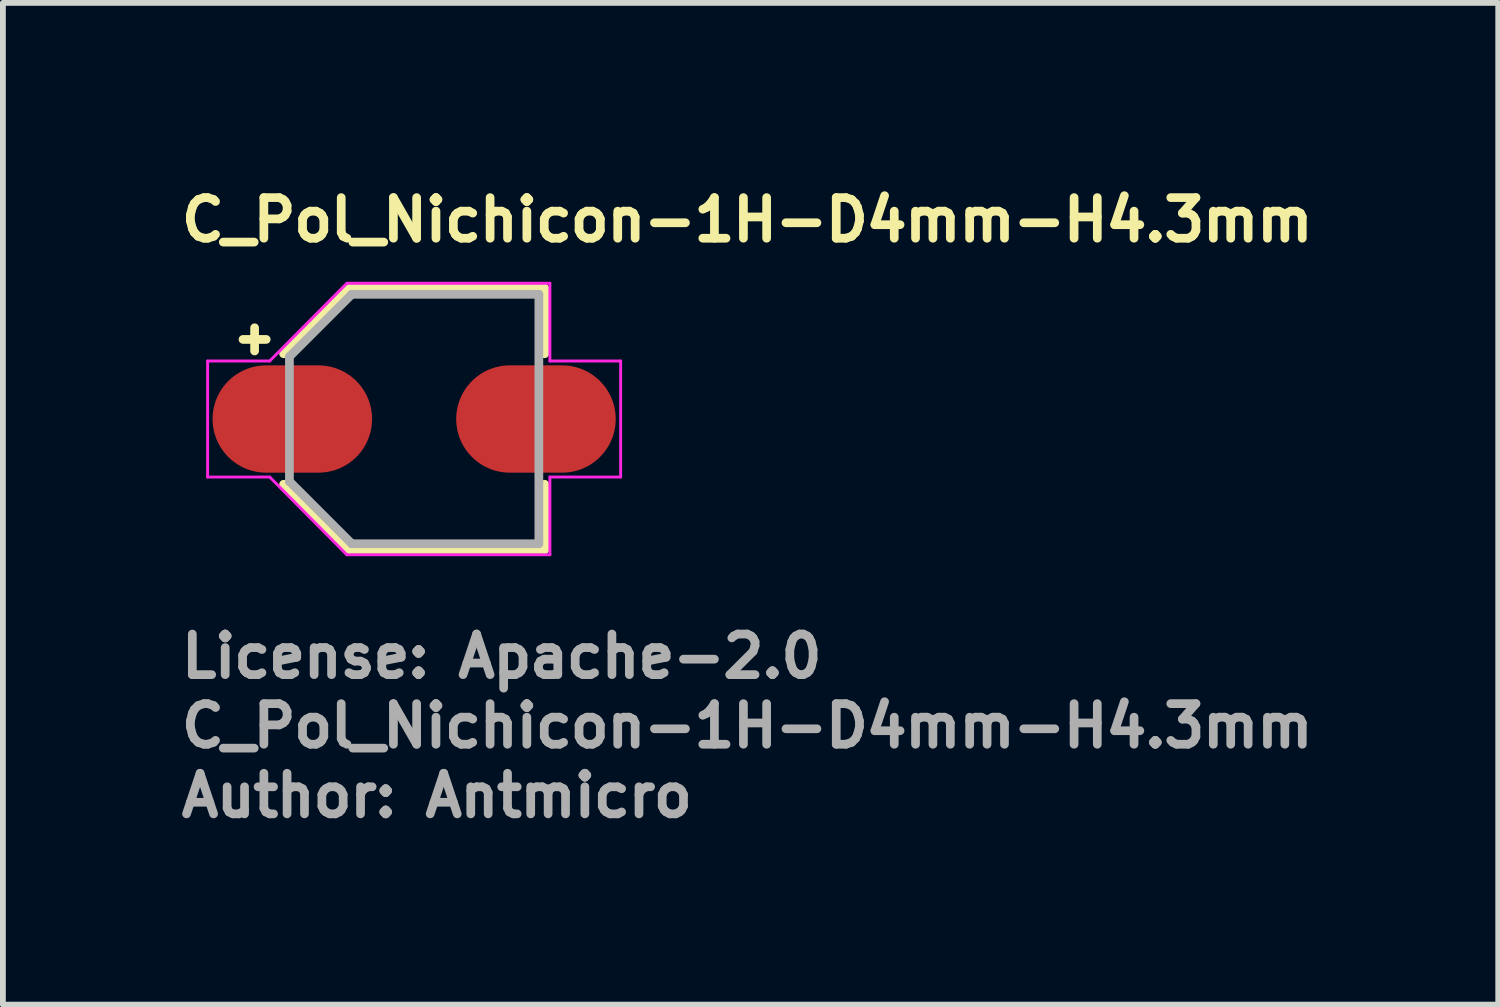
<source format=kicad_pcb>
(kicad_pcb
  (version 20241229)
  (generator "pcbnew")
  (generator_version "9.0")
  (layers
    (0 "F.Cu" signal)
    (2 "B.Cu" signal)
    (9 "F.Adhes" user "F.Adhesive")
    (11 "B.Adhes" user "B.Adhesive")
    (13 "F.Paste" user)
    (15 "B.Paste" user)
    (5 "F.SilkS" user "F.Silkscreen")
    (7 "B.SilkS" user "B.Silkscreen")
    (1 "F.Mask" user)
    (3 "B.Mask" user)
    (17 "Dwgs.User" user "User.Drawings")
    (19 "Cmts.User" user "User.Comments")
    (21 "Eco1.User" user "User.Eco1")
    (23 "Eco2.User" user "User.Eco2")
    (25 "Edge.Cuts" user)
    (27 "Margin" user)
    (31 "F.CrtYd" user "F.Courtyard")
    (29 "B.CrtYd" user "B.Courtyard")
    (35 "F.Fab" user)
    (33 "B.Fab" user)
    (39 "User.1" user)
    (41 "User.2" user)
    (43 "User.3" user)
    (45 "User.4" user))
  (footprint "C_Pol_Nichicon-1H-D4mm-H4.3mm"
    (layer "F.Cu")
    (at 4.089 4.173)
    (property "Reference" "C_Pol_Nichicon-1H-D4mm-H4.3mm" (at -4.089 -3.023 0) (layer "F.SilkS") (effects (font (size 0.7 0.7) (thickness 0.15)) (justify left bottom)))
    (attr smd)
    (fp_line (start -2.95 -1.372) (end -2.55 -1.372) (stroke (width 0.15) (type solid)) (layer "F.SilkS"))
    (fp_line (start -2.75 -1.573) (end -2.75 -1.173) (stroke (width 0.15) (type solid)) (layer "F.SilkS"))
    (fp_line (start -2.25 1.125) (end -1.125 2.25) (stroke (width 0.15) (type solid)) (layer "F.SilkS"))
    (fp_line (start -1.125 -2.25) (end -2.25 -1.125) (stroke (width 0.15) (type solid)) (layer "F.SilkS"))
    (fp_line (start -1.125 2.25) (end 2.25 2.25) (stroke (width 0.15) (type solid)) (layer "F.SilkS"))
    (fp_line (start 2.25 -2.25) (end -1.125 -2.25) (stroke (width 0.15) (type solid)) (layer "F.SilkS"))
    (fp_line (start 2.25 -1.125) (end 2.25 -2.25) (stroke (width 0.15) (type solid)) (layer "F.SilkS"))
    (fp_line (start 2.25 1.125) (end 2.25 2.25) (stroke (width 0.15) (type solid)) (layer "F.SilkS"))
    (fp_line (start -3.56 -1) (end -3.56 1) (stroke (width 0.05) (type solid)) (layer "F.CrtYd"))
    (fp_line (start -3.56 1) (end -2.49 1) (stroke (width 0.05) (type solid)) (layer "F.CrtYd"))
    (fp_line (start -2.49 -1) (end -3.56 -1) (stroke (width 0.05) (type solid)) (layer "F.CrtYd"))
    (fp_line (start -2.49 -1) (end -1.16 -2.34) (stroke (width 0.05) (type solid)) (layer "F.CrtYd"))
    (fp_line (start -2.49 1) (end -1.16 2.34) (stroke (width 0.05) (type solid)) (layer "F.CrtYd"))
    (fp_line (start 2.34 -2.34) (end -1.16 -2.34) (stroke (width 0.05) (type solid)) (layer "F.CrtYd"))
    (fp_line (start 2.34 -1) (end 2.34 -2.34) (stroke (width 0.05) (type solid)) (layer "F.CrtYd"))
    (fp_line (start 2.34 1) (end 3.56 1) (stroke (width 0.05) (type solid)) (layer "F.CrtYd"))
    (fp_line (start 2.34 2.34) (end -1.16 2.34) (stroke (width 0.05) (type solid)) (layer "F.CrtYd"))
    (fp_line (start 2.34 2.34) (end 2.34 1) (stroke (width 0.05) (type solid)) (layer "F.CrtYd"))
    (fp_line (start 3.56 -1) (end 2.34 -1) (stroke (width 0.05) (type solid)) (layer "F.CrtYd"))
    (fp_line (start 3.56 1) (end 3.56 -1) (stroke (width 0.05) (type solid)) (layer "F.CrtYd"))
    (fp_line (start -2.15 -1.075) (end -2.15 1.075) (stroke (width 0.15) (type solid)) (layer "F.Fab"))
    (fp_line (start -2.15 1.075) (end -1.075 2.15) (stroke (width 0.15) (type solid)) (layer "F.Fab"))
    (fp_line (start -1.075 -2.15) (end -2.15 -1.075) (stroke (width 0.15) (type solid)) (layer "F.Fab"))
    (fp_line (start -1.075 2.15) (end 2.15 2.15) (stroke (width 0.15) (type solid)) (layer "F.Fab"))
    (fp_line (start 2.15 -2.15) (end -1.075 -2.15) (stroke (width 0.15) (type solid)) (layer "F.Fab"))
    (fp_line (start 2.15 2.15) (end 2.15 -2.15) (stroke (width 0.15) (type solid)) (layer "F.Fab"))
    (fp_rect (start -2.75 -2.25) (end 2.75 2.25) (stroke (width 0.1) (type solid)) (fill no) (layer "User.5"))
    (fp_line (start -2.75 -0.4) (end -2.25 -0.4) (stroke (width 0.02) (type solid)) (layer "User.9"))
    (fp_line (start -2.75 0.4) (end -2.75 -0.4) (stroke (width 0.02) (type solid)) (layer "User.9"))
    (fp_line (start -2.75 0.4) (end -2.25 0.4) (stroke (width 0.02) (type solid)) (layer "User.9"))
    (fp_line (start -2.25 -1.125) (end -2.25 -0.586) (stroke (width 0.02) (type solid)) (layer "User.9"))
    (fp_line (start -2.25 -0.586) (end -2.25 0.586) (stroke (width 0.02) (type solid)) (layer "User.9"))
    (fp_line (start -2.25 0.586) (end -2.25 1.125) (stroke (width 0.02) (type solid)) (layer "User.9"))
    (fp_line (start -2.25 0.586) (end -2.205 0.736) (stroke (width 0.02) (type solid)) (layer "User.9"))
    (fp_line (start -2.25 1.125) (end -1.125 2.25) (stroke (width 0.02) (type solid)) (layer "User.9"))
    (fp_line (start -2.205 -0.736) (end -2.25 -0.586) (stroke (width 0.02) (type solid)) (layer "User.9"))
    (fp_line (start -2.205 0.736) (end -2.151 0.883) (stroke (width 0.02) (type solid)) (layer "User.9"))
    (fp_line (start -2.151 -0.883) (end -2.205 -0.736) (stroke (width 0.02) (type solid)) (layer "User.9"))
    (fp_line (start -2.151 0.883) (end -2.087 1.024) (stroke (width 0.02) (type solid)) (layer "User.9"))
    (fp_line (start -2.1 0) (end -2.1 0) (stroke (width 0.02) (type solid)) (layer "User.9"))
    (fp_line (start -2.1 0) (end -2.097 0.108) (stroke (width 0.02) (type solid)) (layer "User.9"))
    (fp_line (start -2.097 -0.108) (end -2.1 0) (stroke (width 0.02) (type solid)) (layer "User.9"))
    (fp_line (start -2.097 0.108) (end -2.089 0.215) (stroke (width 0.02) (type solid)) (layer "User.9"))
    (fp_line (start -2.089 -0.215) (end -2.097 -0.108) (stroke (width 0.02) (type solid)) (layer "User.9"))
    (fp_line (start -2.089 0.215) (end -2.076 0.32) (stroke (width 0.02) (type solid)) (layer "User.9"))
    (fp_line (start -2.087 -1.024) (end -2.151 -0.883) (stroke (width 0.02) (type solid)) (layer "User.9"))
    (fp_line (start -2.087 1.024) (end -2.015 1.16) (stroke (width 0.02) (type solid)) (layer "User.9"))
    (fp_line (start -2.076 -0.32) (end -2.089 -0.215) (stroke (width 0.02) (type solid)) (layer "User.9"))
    (fp_line (start -2.076 0.32) (end -2.057 0.423) (stroke (width 0.02) (type solid)) (layer "User.9"))
    (fp_line (start -2.057 -0.423) (end -2.076 -0.32) (stroke (width 0.02) (type solid)) (layer "User.9"))
    (fp_line (start -2.057 0.423) (end -2.034 0.525) (stroke (width 0.02) (type solid)) (layer "User.9"))
    (fp_line (start -2.034 -0.525) (end -2.057 -0.423) (stroke (width 0.02) (type solid)) (layer "User.9"))
    (fp_line (start -2.034 0.525) (end -2.006 0.624) (stroke (width 0.02) (type solid)) (layer "User.9"))
    (fp_line (start -2.015 -1.16) (end -2.087 -1.024) (stroke (width 0.02) (type solid)) (layer "User.9"))
    (fp_line (start -2.015 1.16) (end -1.934 1.29) (stroke (width 0.02) (type solid)) (layer "User.9"))
    (fp_line (start -2.006 -0.624) (end -2.034 -0.525) (stroke (width 0.02) (type solid)) (layer "User.9"))
    (fp_line (start -2.006 0.624) (end -1.973 0.722) (stroke (width 0.02) (type solid)) (layer "User.9"))
    (fp_line (start -1.973 -0.722) (end -2.006 -0.624) (stroke (width 0.02) (type solid)) (layer "User.9"))
    (fp_line (start -1.973 0.722) (end -1.935 0.817) (stroke (width 0.02) (type solid)) (layer "User.9"))
    (fp_line (start -1.935 -0.817) (end -1.973 -0.722) (stroke (width 0.02) (type solid)) (layer "User.9"))
    (fp_line (start -1.935 0.817) (end -1.893 0.91) (stroke (width 0.02) (type solid)) (layer "User.9"))
    (fp_line (start -1.934 -1.29) (end -2.015 -1.16) (stroke (width 0.02) (type solid)) (layer "User.9"))
    (fp_line (start -1.934 1.29) (end -1.845 1.415) (stroke (width 0.02) (type solid)) (layer "User.9"))
    (fp_line (start -1.893 -0.91) (end -1.935 -0.817) (stroke (width 0.02) (type solid)) (layer "User.9"))
    (fp_line (start -1.893 0.91) (end -1.847 1.001) (stroke (width 0.02) (type solid)) (layer "User.9"))
    (fp_line (start -1.847 -1.001) (end -1.893 -0.91) (stroke (width 0.02) (type solid)) (layer "User.9"))
    (fp_line (start -1.847 1.001) (end -1.796 1.089) (stroke (width 0.02) (type solid)) (layer "User.9"))
    (fp_line (start -1.845 -1.415) (end -1.934 -1.29) (stroke (width 0.02) (type solid)) (layer "User.9"))
    (fp_line (start -1.845 1.415) (end -1.748 1.533) (stroke (width 0.02) (type solid)) (layer "User.9"))
    (fp_line (start -1.796 -1.089) (end -1.847 -1.001) (stroke (width 0.02) (type solid)) (layer "User.9"))
    (fp_line (start -1.796 1.089) (end -1.741 1.174) (stroke (width 0.02) (type solid)) (layer "User.9"))
    (fp_line (start -1.748 -1.533) (end -1.845 -1.415) (stroke (width 0.02) (type solid)) (layer "User.9"))
    (fp_line (start -1.748 1.533) (end -1.644 1.644) (stroke (width 0.02) (type solid)) (layer "User.9"))
    (fp_line (start -1.741 -1.174) (end -1.796 -1.089) (stroke (width 0.02) (type solid)) (layer "User.9"))
    (fp_line (start -1.741 1.174) (end -1.683 1.256) (stroke (width 0.02) (type solid)) (layer "User.9"))
    (fp_line (start -1.683 -1.256) (end -1.741 -1.174) (stroke (width 0.02) (type solid)) (layer "User.9"))
    (fp_line (start -1.683 1.256) (end -1.62 1.336) (stroke (width 0.02) (type solid)) (layer "User.9"))
    (fp_line (start -1.644 -1.644) (end -1.748 -1.533) (stroke (width 0.02) (type solid)) (layer "User.9"))
    (fp_line (start -1.644 1.644) (end -1.533 1.748) (stroke (width 0.02) (type solid)) (layer "User.9"))
    (fp_line (start -1.62 -1.336) (end -1.683 -1.256) (stroke (width 0.02) (type solid)) (layer "User.9"))
    (fp_line (start -1.62 1.336) (end -1.554 1.412) (stroke (width 0.02) (type solid)) (layer "User.9"))
    (fp_line (start -1.554 -1.412) (end -1.62 -1.336) (stroke (width 0.02) (type solid)) (layer "User.9"))
    (fp_line (start -1.554 1.412) (end -1.485 1.485) (stroke (width 0.02) (type solid)) (layer "User.9"))
    (fp_line (start -1.533 -1.748) (end -1.644 -1.644) (stroke (width 0.02) (type solid)) (layer "User.9"))
    (fp_line (start -1.533 1.748) (end -1.415 1.845) (stroke (width 0.02) (type solid)) (layer "User.9"))
    (fp_line (start -1.485 -1.485) (end -1.554 -1.412) (stroke (width 0.02) (type solid)) (layer "User.9"))
    (fp_line (start -1.485 1.485) (end -1.412 1.554) (stroke (width 0.02) (type solid)) (layer "User.9"))
    (fp_line (start -1.415 -1.845) (end -1.533 -1.748) (stroke (width 0.02) (type solid)) (layer "User.9"))
    (fp_line (start -1.415 1.845) (end -1.29 1.934) (stroke (width 0.02) (type solid)) (layer "User.9"))
    (fp_line (start -1.412 -1.554) (end -1.485 -1.485) (stroke (width 0.02) (type solid)) (layer "User.9"))
    (fp_line (start -1.412 1.554) (end -1.336 1.62) (stroke (width 0.02) (type solid)) (layer "User.9"))
    (fp_line (start -1.336 -1.62) (end -1.412 -1.554) (stroke (width 0.02) (type solid)) (layer "User.9"))
    (fp_line (start -1.336 1.62) (end -1.256 1.683) (stroke (width 0.02) (type solid)) (layer "User.9"))
    (fp_line (start -1.29 -1.934) (end -1.415 -1.845) (stroke (width 0.02) (type solid)) (layer "User.9"))
    (fp_line (start -1.29 1.934) (end -1.16 2.015) (stroke (width 0.02) (type solid)) (layer "User.9"))
    (fp_line (start -1.256 -1.683) (end -1.336 -1.62) (stroke (width 0.02) (type solid)) (layer "User.9"))
    (fp_line (start -1.256 1.683) (end -1.174 1.741) (stroke (width 0.02) (type solid)) (layer "User.9"))
    (fp_line (start -1.174 -1.741) (end -1.256 -1.683) (stroke (width 0.02) (type solid)) (layer "User.9"))
    (fp_line (start -1.174 1.741) (end -1.089 1.796) (stroke (width 0.02) (type solid)) (layer "User.9"))
    (fp_line (start -1.16 -2.015) (end -1.29 -1.934) (stroke (width 0.02) (type solid)) (layer "User.9"))
    (fp_line (start -1.16 2.015) (end -1.024 2.087) (stroke (width 0.02) (type solid)) (layer "User.9"))
    (fp_line (start -1.125 -2.25) (end -2.25 -1.125) (stroke (width 0.02) (type solid)) (layer "User.9"))
    (fp_line (start -1.125 2.25) (end -0.586 2.25) (stroke (width 0.02) (type solid)) (layer "User.9"))
    (fp_line (start -1.089 -1.796) (end -1.174 -1.741) (stroke (width 0.02) (type solid)) (layer "User.9"))
    (fp_line (start -1.089 1.796) (end -1.001 1.847) (stroke (width 0.02) (type solid)) (layer "User.9"))
    (fp_line (start -1.024 -2.087) (end -1.16 -2.015) (stroke (width 0.02) (type solid)) (layer "User.9"))
    (fp_line (start -1.024 2.087) (end -0.883 2.151) (stroke (width 0.02) (type solid)) (layer "User.9"))
    (fp_line (start -1.001 -1.847) (end -1.089 -1.796) (stroke (width 0.02) (type solid)) (layer "User.9"))
    (fp_line (start -1.001 1.847) (end -0.91 1.893) (stroke (width 0.02) (type solid)) (layer "User.9"))
    (fp_line (start -0.91 -1.893) (end -1.001 -1.847) (stroke (width 0.02) (type solid)) (layer "User.9"))
    (fp_line (start -0.91 1.893) (end -0.817 1.935) (stroke (width 0.02) (type solid)) (layer "User.9"))
    (fp_line (start -0.883 -2.151) (end -1.024 -2.087) (stroke (width 0.02) (type solid)) (layer "User.9"))
    (fp_line (start -0.883 2.151) (end -0.736 2.205) (stroke (width 0.02) (type solid)) (layer "User.9"))
    (fp_line (start -0.817 -1.935) (end -0.91 -1.893) (stroke (width 0.02) (type solid)) (layer "User.9"))
    (fp_line (start -0.817 1.935) (end -0.722 1.973) (stroke (width 0.02) (type solid)) (layer "User.9"))
    (fp_line (start -0.736 -2.205) (end -0.883 -2.151) (stroke (width 0.02) (type solid)) (layer "User.9"))
    (fp_line (start -0.736 2.205) (end -0.586 2.25) (stroke (width 0.02) (type solid)) (layer "User.9"))
    (fp_line (start -0.722 -1.973) (end -0.817 -1.935) (stroke (width 0.02) (type solid)) (layer "User.9"))
    (fp_line (start -0.722 1.973) (end -0.624 2.006) (stroke (width 0.02) (type solid)) (layer "User.9"))
    (fp_line (start -0.624 -2.006) (end -0.722 -1.973) (stroke (width 0.02) (type solid)) (layer "User.9"))
    (fp_line (start -0.624 2.006) (end -0.525 2.034) (stroke (width 0.02) (type solid)) (layer "User.9"))
    (fp_line (start -0.586 -2.25) (end -1.125 -2.25) (stroke (width 0.02) (type solid)) (layer "User.9"))
    (fp_line (start -0.586 -2.25) (end -0.736 -2.205) (stroke (width 0.02) (type solid)) (layer "User.9"))
    (fp_line (start -0.586 2.25) (end 0.586 2.25) (stroke (width 0.02) (type solid)) (layer "User.9"))
    (fp_line (start -0.525 -2.034) (end -0.624 -2.006) (stroke (width 0.02) (type solid)) (layer "User.9"))
    (fp_line (start -0.525 2.034) (end -0.423 2.057) (stroke (width 0.02) (type solid)) (layer "User.9"))
    (fp_line (start -0.423 -2.057) (end -0.525 -2.034) (stroke (width 0.02) (type solid)) (layer "User.9"))
    (fp_line (start -0.423 2.057) (end -0.32 2.076) (stroke (width 0.02) (type solid)) (layer "User.9"))
    (fp_line (start -0.32 -2.076) (end -0.423 -2.057) (stroke (width 0.02) (type solid)) (layer "User.9"))
    (fp_line (start -0.32 2.076) (end -0.215 2.089) (stroke (width 0.02) (type solid)) (layer "User.9"))
    (fp_line (start -0.215 -2.089) (end -0.32 -2.076) (stroke (width 0.02) (type solid)) (layer "User.9"))
    (fp_line (start -0.215 2.089) (end -0.108 2.097) (stroke (width 0.02) (type solid)) (layer "User.9"))
    (fp_line (start -0.108 -2.097) (end -0.215 -2.089) (stroke (width 0.02) (type solid)) (layer "User.9"))
    (fp_line (start -0.108 2.097) (end 0 2.1) (stroke (width 0.02) (type solid)) (layer "User.9"))
    (fp_line (start 0 -2.1) (end -0.108 -2.097) (stroke (width 0.02) (type solid)) (layer "User.9"))
    (fp_line (start 0 -2.1) (end 0 -2.1) (stroke (width 0.02) (type solid)) (layer "User.9"))
    (fp_line (start 0 2.1) (end 0 2.1) (stroke (width 0.02) (type solid)) (layer "User.9"))
    (fp_line (start 0 2.1) (end 0.108 2.097) (stroke (width 0.02) (type solid)) (layer "User.9"))
    (fp_line (start 0.108 -2.097) (end 0 -2.1) (stroke (width 0.02) (type solid)) (layer "User.9"))
    (fp_line (start 0.108 2.097) (end 0.215 2.089) (stroke (width 0.02) (type solid)) (layer "User.9"))
    (fp_line (start 0.215 -2.089) (end 0.108 -2.097) (stroke (width 0.02) (type solid)) (layer "User.9"))
    (fp_line (start 0.215 2.089) (end 0.32 2.076) (stroke (width 0.02) (type solid)) (layer "User.9"))
    (fp_line (start 0.32 -2.076) (end 0.215 -2.089) (stroke (width 0.02) (type solid)) (layer "User.9"))
    (fp_line (start 0.32 2.076) (end 0.423 2.057) (stroke (width 0.02) (type solid)) (layer "User.9"))
    (fp_line (start 0.423 -2.057) (end 0.32 -2.076) (stroke (width 0.02) (type solid)) (layer "User.9"))
    (fp_line (start 0.423 2.057) (end 0.525 2.034) (stroke (width 0.02) (type solid)) (layer "User.9"))
    (fp_line (start 0.525 -2.034) (end 0.423 -2.057) (stroke (width 0.02) (type solid)) (layer "User.9"))
    (fp_line (start 0.525 2.034) (end 0.624 2.006) (stroke (width 0.02) (type solid)) (layer "User.9"))
    (fp_line (start 0.586 -2.25) (end -0.586 -2.25) (stroke (width 0.02) (type solid)) (layer "User.9"))
    (fp_line (start 0.586 2.25) (end 0.736 2.205) (stroke (width 0.02) (type solid)) (layer "User.9"))
    (fp_line (start 0.586 2.25) (end 2.25 2.25) (stroke (width 0.02) (type solid)) (layer "User.9"))
    (fp_line (start 0.624 -2.006) (end 0.525 -2.034) (stroke (width 0.02) (type solid)) (layer "User.9"))
    (fp_line (start 0.624 2.006) (end 0.722 1.973) (stroke (width 0.02) (type solid)) (layer "User.9"))
    (fp_line (start 0.722 -1.973) (end 0.624 -2.006) (stroke (width 0.02) (type solid)) (layer "User.9"))
    (fp_line (start 0.722 1.973) (end 0.817 1.935) (stroke (width 0.02) (type solid)) (layer "User.9"))
    (fp_line (start 0.736 -2.205) (end 0.586 -2.25) (stroke (width 0.02) (type solid)) (layer "User.9"))
    (fp_line (start 0.736 2.205) (end 0.883 2.151) (stroke (width 0.02) (type solid)) (layer "User.9"))
    (fp_line (start 0.817 -1.935) (end 0.722 -1.973) (stroke (width 0.02) (type solid)) (layer "User.9"))
    (fp_line (start 0.817 1.935) (end 0.91 1.893) (stroke (width 0.02) (type solid)) (layer "User.9"))
    (fp_line (start 0.883 -2.151) (end 0.736 -2.205) (stroke (width 0.02) (type solid)) (layer "User.9"))
    (fp_line (start 0.883 2.151) (end 1.024 2.087) (stroke (width 0.02) (type solid)) (layer "User.9"))
    (fp_line (start 0.91 -1.893) (end 0.817 -1.935) (stroke (width 0.02) (type solid)) (layer "User.9"))
    (fp_line (start 0.91 1.893) (end 1.001 1.847) (stroke (width 0.02) (type solid)) (layer "User.9"))
    (fp_line (start 1.001 -1.847) (end 0.91 -1.893) (stroke (width 0.02) (type solid)) (layer "User.9"))
    (fp_line (start 1.001 1.847) (end 1.089 1.796) (stroke (width 0.02) (type solid)) (layer "User.9"))
    (fp_line (start 1.024 -2.087) (end 0.883 -2.151) (stroke (width 0.02) (type solid)) (layer "User.9"))
    (fp_line (start 1.024 2.087) (end 1.16 2.015) (stroke (width 0.02) (type solid)) (layer "User.9"))
    (fp_line (start 1.089 -1.796) (end 1.001 -1.847) (stroke (width 0.02) (type solid)) (layer "User.9"))
    (fp_line (start 1.089 1.796) (end 1.174 1.741) (stroke (width 0.02) (type solid)) (layer "User.9"))
    (fp_line (start 1.16 -2.015) (end 1.024 -2.087) (stroke (width 0.02) (type solid)) (layer "User.9"))
    (fp_line (start 1.16 2.015) (end 1.29 1.934) (stroke (width 0.02) (type solid)) (layer "User.9"))
    (fp_line (start 1.174 -1.741) (end 1.089 -1.796) (stroke (width 0.02) (type solid)) (layer "User.9"))
    (fp_line (start 1.174 1.741) (end 1.256 1.683) (stroke (width 0.02) (type solid)) (layer "User.9"))
    (fp_line (start 1.256 -1.683) (end 1.174 -1.741) (stroke (width 0.02) (type solid)) (layer "User.9"))
    (fp_line (start 1.256 1.683) (end 1.336 1.62) (stroke (width 0.02) (type solid)) (layer "User.9"))
    (fp_line (start 1.29 -1.934) (end 1.16 -2.015) (stroke (width 0.02) (type solid)) (layer "User.9"))
    (fp_line (start 1.29 1.934) (end 1.415 1.845) (stroke (width 0.02) (type solid)) (layer "User.9"))
    (fp_line (start 1.336 -1.62) (end 1.256 -1.683) (stroke (width 0.02) (type solid)) (layer "User.9"))
    (fp_line (start 1.336 1.62) (end 1.412 1.554) (stroke (width 0.02) (type solid)) (layer "User.9"))
    (fp_line (start 1.412 -1.554) (end 1.336 -1.62) (stroke (width 0.02) (type solid)) (layer "User.9"))
    (fp_line (start 1.412 1.554) (end 1.485 1.485) (stroke (width 0.02) (type solid)) (layer "User.9"))
    (fp_line (start 1.415 -1.845) (end 1.29 -1.934) (stroke (width 0.02) (type solid)) (layer "User.9"))
    (fp_line (start 1.415 1.845) (end 1.533 1.748) (stroke (width 0.02) (type solid)) (layer "User.9"))
    (fp_line (start 1.485 -1.485) (end 1.412 -1.554) (stroke (width 0.02) (type solid)) (layer "User.9"))
    (fp_line (start 1.485 1.485) (end 1.554 1.412) (stroke (width 0.02) (type solid)) (layer "User.9"))
    (fp_line (start 1.533 -1.748) (end 1.415 -1.845) (stroke (width 0.02) (type solid)) (layer "User.9"))
    (fp_line (start 1.533 1.748) (end 1.644 1.644) (stroke (width 0.02) (type solid)) (layer "User.9"))
    (fp_line (start 1.554 -1.412) (end 1.485 -1.485) (stroke (width 0.02) (type solid)) (layer "User.9"))
    (fp_line (start 1.554 1.412) (end 1.62 1.336) (stroke (width 0.02) (type solid)) (layer "User.9"))
    (fp_line (start 1.62 -1.336) (end 1.554 -1.412) (stroke (width 0.02) (type solid)) (layer "User.9"))
    (fp_line (start 1.62 1.336) (end 1.683 1.256) (stroke (width 0.02) (type solid)) (layer "User.9"))
    (fp_line (start 1.644 -1.644) (end 1.533 -1.748) (stroke (width 0.02) (type solid)) (layer "User.9"))
    (fp_line (start 1.644 1.644) (end 1.748 1.533) (stroke (width 0.02) (type solid)) (layer "User.9"))
    (fp_line (start 1.683 -1.256) (end 1.62 -1.336) (stroke (width 0.02) (type solid)) (layer "User.9"))
    (fp_line (start 1.683 1.256) (end 1.741 1.174) (stroke (width 0.02) (type solid)) (layer "User.9"))
    (fp_line (start 1.741 -1.174) (end 1.683 -1.256) (stroke (width 0.02) (type solid)) (layer "User.9"))
    (fp_line (start 1.741 1.174) (end 1.796 1.089) (stroke (width 0.02) (type solid)) (layer "User.9"))
    (fp_line (start 1.748 -1.533) (end 1.644 -1.644) (stroke (width 0.02) (type solid)) (layer "User.9"))
    (fp_line (start 1.748 1.533) (end 1.845 1.415) (stroke (width 0.02) (type solid)) (layer "User.9"))
    (fp_line (start 1.796 -1.089) (end 1.741 -1.174) (stroke (width 0.02) (type solid)) (layer "User.9"))
    (fp_line (start 1.796 1.089) (end 1.847 1.001) (stroke (width 0.02) (type solid)) (layer "User.9"))
    (fp_line (start 1.845 -1.415) (end 1.748 -1.533) (stroke (width 0.02) (type solid)) (layer "User.9"))
    (fp_line (start 1.845 1.415) (end 1.934 1.29) (stroke (width 0.02) (type solid)) (layer "User.9"))
    (fp_line (start 1.847 -1.001) (end 1.796 -1.089) (stroke (width 0.02) (type solid)) (layer "User.9"))
    (fp_line (start 1.847 1.001) (end 1.893 0.91) (stroke (width 0.02) (type solid)) (layer "User.9"))
    (fp_line (start 1.893 -0.91) (end 1.847 -1.001) (stroke (width 0.02) (type solid)) (layer "User.9"))
    (fp_line (start 1.893 0.91) (end 1.935 0.817) (stroke (width 0.02) (type solid)) (layer "User.9"))
    (fp_line (start 1.934 -1.29) (end 1.845 -1.415) (stroke (width 0.02) (type solid)) (layer "User.9"))
    (fp_line (start 1.934 1.29) (end 2.015 1.16) (stroke (width 0.02) (type solid)) (layer "User.9"))
    (fp_line (start 1.935 -0.817) (end 1.893 -0.91) (stroke (width 0.02) (type solid)) (layer "User.9"))
    (fp_line (start 1.935 0.817) (end 1.973 0.722) (stroke (width 0.02) (type solid)) (layer "User.9"))
    (fp_line (start 1.973 -0.722) (end 1.935 -0.817) (stroke (width 0.02) (type solid)) (layer "User.9"))
    (fp_line (start 1.973 0.722) (end 2.006 0.624) (stroke (width 0.02) (type solid)) (layer "User.9"))
    (fp_line (start 2.006 -0.624) (end 1.973 -0.722) (stroke (width 0.02) (type solid)) (layer "User.9"))
    (fp_line (start 2.006 0.624) (end 2.034 0.525) (stroke (width 0.02) (type solid)) (layer "User.9"))
    (fp_line (start 2.015 -1.16) (end 1.934 -1.29) (stroke (width 0.02) (type solid)) (layer "User.9"))
    (fp_line (start 2.015 1.16) (end 2.087 1.024) (stroke (width 0.02) (type solid)) (layer "User.9"))
    (fp_line (start 2.034 -0.525) (end 2.006 -0.624) (stroke (width 0.02) (type solid)) (layer "User.9"))
    (fp_line (start 2.034 0.525) (end 2.057 0.423) (stroke (width 0.02) (type solid)) (layer "User.9"))
    (fp_line (start 2.057 -0.423) (end 2.034 -0.525) (stroke (width 0.02) (type solid)) (layer "User.9"))
    (fp_line (start 2.057 0.423) (end 2.076 0.32) (stroke (width 0.02) (type solid)) (layer "User.9"))
    (fp_line (start 2.076 -0.32) (end 2.057 -0.423) (stroke (width 0.02) (type solid)) (layer "User.9"))
    (fp_line (start 2.076 0.32) (end 2.089 0.215) (stroke (width 0.02) (type solid)) (layer "User.9"))
    (fp_line (start 2.087 -1.024) (end 2.015 -1.16) (stroke (width 0.02) (type solid)) (layer "User.9"))
    (fp_line (start 2.087 1.024) (end 2.151 0.883) (stroke (width 0.02) (type solid)) (layer "User.9"))
    (fp_line (start 2.089 -0.215) (end 2.076 -0.32) (stroke (width 0.02) (type solid)) (layer "User.9"))
    (fp_line (start 2.089 0.215) (end 2.097 0.108) (stroke (width 0.02) (type solid)) (layer "User.9"))
    (fp_line (start 2.097 -0.108) (end 2.089 -0.215) (stroke (width 0.02) (type solid)) (layer "User.9"))
    (fp_line (start 2.097 0.108) (end 2.1 0) (stroke (width 0.02) (type solid)) (layer "User.9"))
    (fp_line (start 2.1 0) (end 2.097 -0.108) (stroke (width 0.02) (type solid)) (layer "User.9"))
    (fp_line (start 2.1 0) (end 2.1 0) (stroke (width 0.02) (type solid)) (layer "User.9"))
    (fp_line (start 2.1 0) (end 2.1 0) (stroke (width 0.02) (type solid)) (layer "User.9"))
    (fp_line (start 2.151 -0.883) (end 2.087 -1.024) (stroke (width 0.02) (type solid)) (layer "User.9"))
    (fp_line (start 2.151 0.883) (end 2.205 0.736) (stroke (width 0.02) (type solid)) (layer "User.9"))
    (fp_line (start 2.205 -0.736) (end 2.151 -0.883) (stroke (width 0.02) (type solid)) (layer "User.9"))
    (fp_line (start 2.205 0.736) (end 2.25 0.586) (stroke (width 0.02) (type solid)) (layer "User.9"))
    (fp_line (start 2.25 -2.25) (end 0.586 -2.25) (stroke (width 0.02) (type solid)) (layer "User.9"))
    (fp_line (start 2.25 -0.586) (end 2.205 -0.736) (stroke (width 0.02) (type solid)) (layer "User.9"))
    (fp_line (start 2.25 -0.586) (end 2.25 -2.25) (stroke (width 0.02) (type solid)) (layer "User.9"))
    (fp_line (start 2.25 -0.4) (end 2.75 -0.4) (stroke (width 0.02) (type solid)) (layer "User.9"))
    (fp_line (start 2.25 0.4) (end 2.75 0.4) (stroke (width 0.02) (type solid)) (layer "User.9"))
    (fp_line (start 2.25 0.586) (end 2.25 -0.586) (stroke (width 0.02) (type solid)) (layer "User.9"))
    (fp_line (start 2.25 2.25) (end 2.25 0.586) (stroke (width 0.02) (type solid)) (layer "User.9"))
    (fp_line (start 2.75 0.4) (end 2.75 -0.4) (stroke (width 0.02) (type solid)) (layer "User.9"))
    (fp_text user "Author: Antmicro" (at -4.089 6.9 0) (layer "F.Fab") (effects (font (size 0.7 0.7) (thickness 0.15)) (justify left bottom)))
    (fp_text user "License: Apache-2.0" (at -4.089 4.5 0) (layer "F.Fab") (effects (font (size 0.7 0.7) (thickness 0.15)) (justify left bottom)))
    (fp_text user "${REFERENCE}" (at -4.089 5.7 0) (layer "F.Fab") (effects (font (size 0.7 0.7) (thickness 0.15)) (justify left bottom)))
    (pad "1" smd oval (at -2.1 0 90) (size 1.85 2.75) (layers "F.Cu" "F.Mask" "F.Paste"))
    (pad "2" smd oval (at 2.1 0 90) (size 1.85 2.75) (layers "F.Cu" "F.Mask" "F.Paste")))
  (gr_rect
    (start -3 -3)
    (end 22.777 14.268)
    (stroke (width 0.1) (type default))
    (fill no)
    (layer "Edge.Cuts")))
</source>
